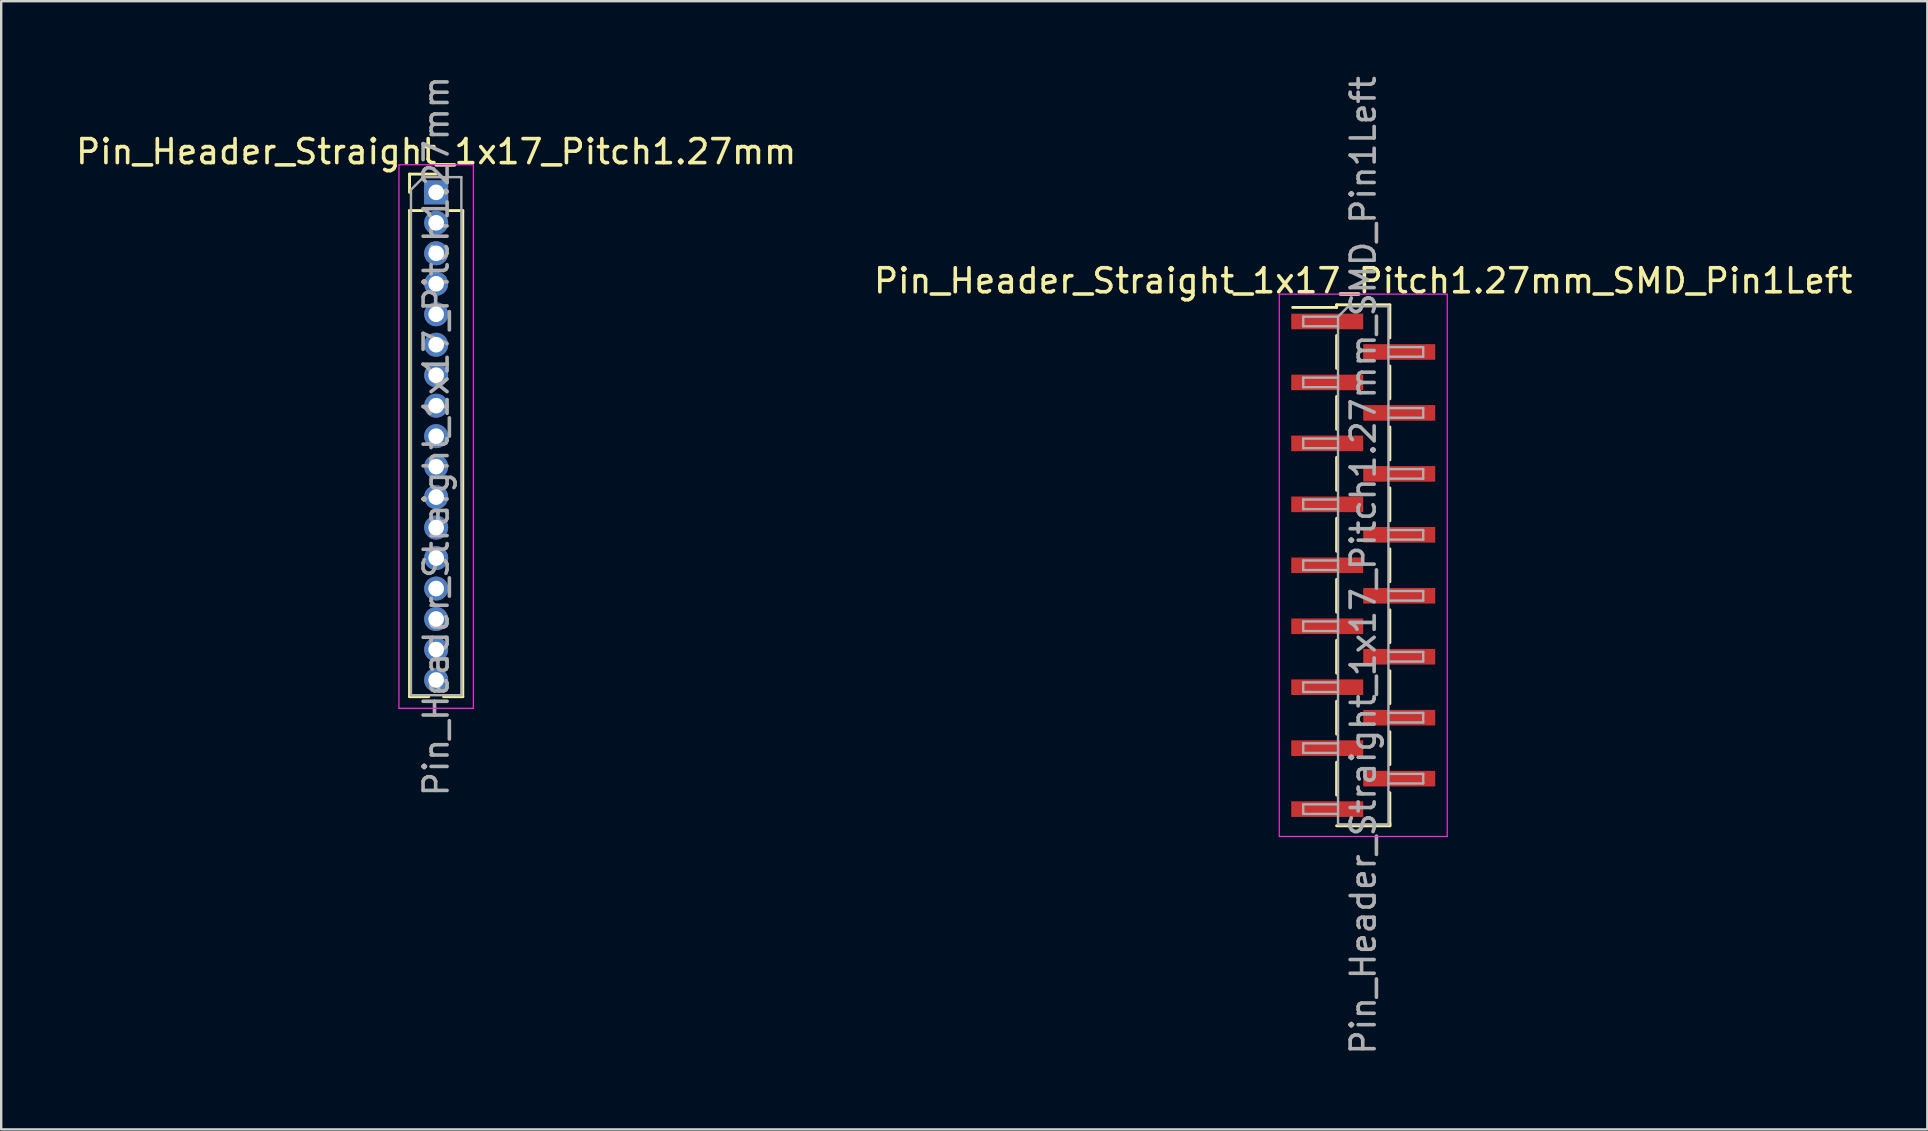
<source format=kicad_pcb>
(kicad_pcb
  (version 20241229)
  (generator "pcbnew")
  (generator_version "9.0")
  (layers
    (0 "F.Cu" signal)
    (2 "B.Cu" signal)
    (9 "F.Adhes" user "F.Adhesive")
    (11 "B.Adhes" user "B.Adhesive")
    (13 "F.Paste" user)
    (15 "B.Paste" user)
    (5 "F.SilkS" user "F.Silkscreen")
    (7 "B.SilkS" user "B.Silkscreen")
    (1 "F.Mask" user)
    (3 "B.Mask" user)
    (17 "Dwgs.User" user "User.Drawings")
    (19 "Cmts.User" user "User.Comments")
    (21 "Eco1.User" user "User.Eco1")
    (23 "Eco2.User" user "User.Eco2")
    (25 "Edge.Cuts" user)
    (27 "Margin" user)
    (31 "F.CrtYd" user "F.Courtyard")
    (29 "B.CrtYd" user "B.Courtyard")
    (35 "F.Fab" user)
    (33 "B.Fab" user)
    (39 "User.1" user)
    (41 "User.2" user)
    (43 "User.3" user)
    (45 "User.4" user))
  (footprint "Pin_Header_Straight_1x17_Pitch1.27mm"
    (layer "F.Cu")
    (at 15.125 4.965)
    (property "Reference" "Pin_Header_Straight_1x17_Pitch1.27mm" (at 0 -1.695 0) (layer "F.SilkS") (effects (font (size 1 1) (thickness 0.15))))
    (attr through_hole)
    (fp_line (start -1.11 -0.76) (end 0 -0.76) (stroke (width 0.12) (type solid)) (layer "F.SilkS"))
    (fp_line (start -1.11 0) (end -1.11 -0.76) (stroke (width 0.12) (type solid)) (layer "F.SilkS"))
    (fp_line (start -1.11 0.76) (end -1.11 21.015) (stroke (width 0.12) (type solid)) (layer "F.SilkS"))
    (fp_line (start -1.11 0.76) (end -0.563 0.76) (stroke (width 0.12) (type solid)) (layer "F.SilkS"))
    (fp_line (start -1.11 21.015) (end -0.308 21.015) (stroke (width 0.12) (type solid)) (layer "F.SilkS"))
    (fp_line (start 0.308 21.015) (end 1.11 21.015) (stroke (width 0.12) (type solid)) (layer "F.SilkS"))
    (fp_line (start 0.563 0.76) (end 1.11 0.76) (stroke (width 0.12) (type solid)) (layer "F.SilkS"))
    (fp_line (start 1.11 0.76) (end 1.11 21.015) (stroke (width 0.12) (type solid)) (layer "F.SilkS"))
    (fp_line (start -1.55 -1.15) (end -1.55 21.5) (stroke (width 0.05) (type solid)) (layer "F.CrtYd"))
    (fp_line (start -1.55 21.5) (end 1.55 21.5) (stroke (width 0.05) (type solid)) (layer "F.CrtYd"))
    (fp_line (start 1.55 -1.15) (end -1.55 -1.15) (stroke (width 0.05) (type solid)) (layer "F.CrtYd"))
    (fp_line (start 1.55 21.5) (end 1.55 -1.15) (stroke (width 0.05) (type solid)) (layer "F.CrtYd"))
    (fp_line (start -1.05 -0.11) (end -0.525 -0.635) (stroke (width 0.1) (type solid)) (layer "F.Fab"))
    (fp_line (start -1.05 20.955) (end -1.05 -0.11) (stroke (width 0.1) (type solid)) (layer "F.Fab"))
    (fp_line (start -0.525 -0.635) (end 1.05 -0.635) (stroke (width 0.1) (type solid)) (layer "F.Fab"))
    (fp_line (start 1.05 -0.635) (end 1.05 20.955) (stroke (width 0.1) (type solid)) (layer "F.Fab"))
    (fp_line (start 1.05 20.955) (end -1.05 20.955) (stroke (width 0.1) (type solid)) (layer "F.Fab"))
    (fp_text user "${REFERENCE}" (at 0 10.16 90) (layer "F.Fab") (effects (font (size 1 1) (thickness 0.15))))
    (pad "1" thru_hole rect (at 0 0) (size 1 1) (drill 0.65) (layers "*.Cu" "*.Mask"))
    (pad "2" thru_hole oval (at 0 1.27) (size 1 1) (drill 0.65) (layers "*.Cu" "*.Mask"))
    (pad "3" thru_hole oval (at 0 2.54) (size 1 1) (drill 0.65) (layers "*.Cu" "*.Mask"))
    (pad "4" thru_hole oval (at 0 3.81) (size 1 1) (drill 0.65) (layers "*.Cu" "*.Mask"))
    (pad "5" thru_hole oval (at 0 5.08) (size 1 1) (drill 0.65) (layers "*.Cu" "*.Mask"))
    (pad "6" thru_hole oval (at 0 6.35) (size 1 1) (drill 0.65) (layers "*.Cu" "*.Mask"))
    (pad "7" thru_hole oval (at 0 7.62) (size 1 1) (drill 0.65) (layers "*.Cu" "*.Mask"))
    (pad "8" thru_hole oval (at 0 8.89) (size 1 1) (drill 0.65) (layers "*.Cu" "*.Mask"))
    (pad "9" thru_hole oval (at 0 10.16) (size 1 1) (drill 0.65) (layers "*.Cu" "*.Mask"))
    (pad "10" thru_hole oval (at 0 11.43) (size 1 1) (drill 0.65) (layers "*.Cu" "*.Mask"))
    (pad "11" thru_hole oval (at 0 12.7) (size 1 1) (drill 0.65) (layers "*.Cu" "*.Mask"))
    (pad "12" thru_hole oval (at 0 13.97) (size 1 1) (drill 0.65) (layers "*.Cu" "*.Mask"))
    (pad "13" thru_hole oval (at 0 15.24) (size 1 1) (drill 0.65) (layers "*.Cu" "*.Mask"))
    (pad "14" thru_hole oval (at 0 16.51) (size 1 1) (drill 0.65) (layers "*.Cu" "*.Mask"))
    (pad "15" thru_hole oval (at 0 17.78) (size 1 1) (drill 0.65) (layers "*.Cu" "*.Mask"))
    (pad "16" thru_hole oval (at 0 19.05) (size 1 1) (drill 0.65) (layers "*.Cu" "*.Mask"))
    (pad "17" thru_hole oval (at 0 20.32) (size 1 1) (drill 0.65) (layers "*.Cu" "*.Mask")))
  (footprint "Pin_Header_Straight_1x17_Pitch1.27mm_SMD_Pin1Left"
    (layer "F.Cu")
    (at 53.756 20.506)
    (property "Reference" "Pin_Header_Straight_1x17_Pitch1.27mm_SMD_Pin1Left" (at 0 -11.855 0) (layer "F.SilkS") (effects (font (size 1 1) (thickness 0.15))))
    (attr smd)
    (fp_line (start -1.11 -10.855) (end -1.11 -10.745) (stroke (width 0.12) (type solid)) (layer "F.SilkS"))
    (fp_line (start -1.11 -10.855) (end 1.11 -10.855) (stroke (width 0.12) (type solid)) (layer "F.SilkS"))
    (fp_line (start -1.11 -10.745) (end -2.94 -10.745) (stroke (width 0.12) (type solid)) (layer "F.SilkS"))
    (fp_line (start -1.11 -9.575) (end -1.11 -8.205) (stroke (width 0.12) (type solid)) (layer "F.SilkS"))
    (fp_line (start -1.11 -7.035) (end -1.11 -5.665) (stroke (width 0.12) (type solid)) (layer "F.SilkS"))
    (fp_line (start -1.11 -4.495) (end -1.11 -3.125) (stroke (width 0.12) (type solid)) (layer "F.SilkS"))
    (fp_line (start -1.11 -1.955) (end -1.11 -0.585) (stroke (width 0.12) (type solid)) (layer "F.SilkS"))
    (fp_line (start -1.11 0.585) (end -1.11 1.955) (stroke (width 0.12) (type solid)) (layer "F.SilkS"))
    (fp_line (start -1.11 3.125) (end -1.11 4.495) (stroke (width 0.12) (type solid)) (layer "F.SilkS"))
    (fp_line (start -1.11 5.665) (end -1.11 7.035) (stroke (width 0.12) (type solid)) (layer "F.SilkS"))
    (fp_line (start -1.11 8.205) (end -1.11 9.575) (stroke (width 0.12) (type solid)) (layer "F.SilkS"))
    (fp_line (start -1.11 10.855) (end 1.11 10.855) (stroke (width 0.12) (type solid)) (layer "F.SilkS"))
    (fp_line (start 1.11 -10.845) (end 1.11 -9.475) (stroke (width 0.12) (type solid)) (layer "F.SilkS"))
    (fp_line (start 1.11 -8.305) (end 1.11 -6.935) (stroke (width 0.12) (type solid)) (layer "F.SilkS"))
    (fp_line (start 1.11 -5.765) (end 1.11 -4.395) (stroke (width 0.12) (type solid)) (layer "F.SilkS"))
    (fp_line (start 1.11 -3.225) (end 1.11 -1.855) (stroke (width 0.12) (type solid)) (layer "F.SilkS"))
    (fp_line (start 1.11 -0.685) (end 1.11 0.685) (stroke (width 0.12) (type solid)) (layer "F.SilkS"))
    (fp_line (start 1.11 1.855) (end 1.11 3.225) (stroke (width 0.12) (type solid)) (layer "F.SilkS"))
    (fp_line (start 1.11 4.395) (end 1.11 5.765) (stroke (width 0.12) (type solid)) (layer "F.SilkS"))
    (fp_line (start 1.11 6.935) (end 1.11 8.305) (stroke (width 0.12) (type solid)) (layer "F.SilkS"))
    (fp_line (start 1.11 9.475) (end 1.11 10.845) (stroke (width 0.12) (type solid)) (layer "F.SilkS"))
    (fp_line (start 1.11 10.745) (end 1.11 10.855) (stroke (width 0.12) (type solid)) (layer "F.SilkS"))
    (fp_line (start -3.5 -11.3) (end -3.5 11.3) (stroke (width 0.05) (type solid)) (layer "F.CrtYd"))
    (fp_line (start -3.5 11.3) (end 3.5 11.3) (stroke (width 0.05) (type solid)) (layer "F.CrtYd"))
    (fp_line (start 3.5 -11.3) (end -3.5 -11.3) (stroke (width 0.05) (type solid)) (layer "F.CrtYd"))
    (fp_line (start 3.5 11.3) (end 3.5 -11.3) (stroke (width 0.05) (type solid)) (layer "F.CrtYd"))
    (fp_line (start -2.5 -10.36) (end -2.5 -9.96) (stroke (width 0.1) (type solid)) (layer "F.Fab"))
    (fp_line (start -2.5 -9.96) (end -1.05 -9.96) (stroke (width 0.1) (type solid)) (layer "F.Fab"))
    (fp_line (start -2.5 -7.82) (end -2.5 -7.42) (stroke (width 0.1) (type solid)) (layer "F.Fab"))
    (fp_line (start -2.5 -7.42) (end -1.05 -7.42) (stroke (width 0.1) (type solid)) (layer "F.Fab"))
    (fp_line (start -2.5 -5.28) (end -2.5 -4.88) (stroke (width 0.1) (type solid)) (layer "F.Fab"))
    (fp_line (start -2.5 -4.88) (end -1.05 -4.88) (stroke (width 0.1) (type solid)) (layer "F.Fab"))
    (fp_line (start -2.5 -2.74) (end -2.5 -2.34) (stroke (width 0.1) (type solid)) (layer "F.Fab"))
    (fp_line (start -2.5 -2.34) (end -1.05 -2.34) (stroke (width 0.1) (type solid)) (layer "F.Fab"))
    (fp_line (start -2.5 -0.2) (end -2.5 0.2) (stroke (width 0.1) (type solid)) (layer "F.Fab"))
    (fp_line (start -2.5 0.2) (end -1.05 0.2) (stroke (width 0.1) (type solid)) (layer "F.Fab"))
    (fp_line (start -2.5 2.34) (end -2.5 2.74) (stroke (width 0.1) (type solid)) (layer "F.Fab"))
    (fp_line (start -2.5 2.74) (end -1.05 2.74) (stroke (width 0.1) (type solid)) (layer "F.Fab"))
    (fp_line (start -2.5 4.88) (end -2.5 5.28) (stroke (width 0.1) (type solid)) (layer "F.Fab"))
    (fp_line (start -2.5 5.28) (end -1.05 5.28) (stroke (width 0.1) (type solid)) (layer "F.Fab"))
    (fp_line (start -2.5 7.42) (end -2.5 7.82) (stroke (width 0.1) (type solid)) (layer "F.Fab"))
    (fp_line (start -2.5 7.82) (end -1.05 7.82) (stroke (width 0.1) (type solid)) (layer "F.Fab"))
    (fp_line (start -2.5 9.96) (end -2.5 10.36) (stroke (width 0.1) (type solid)) (layer "F.Fab"))
    (fp_line (start -2.5 10.36) (end -1.05 10.36) (stroke (width 0.1) (type solid)) (layer "F.Fab"))
    (fp_line (start -1.05 -10.36) (end -2.5 -10.36) (stroke (width 0.1) (type solid)) (layer "F.Fab"))
    (fp_line (start -1.05 -10.36) (end -0.615 -10.795) (stroke (width 0.1) (type solid)) (layer "F.Fab"))
    (fp_line (start -1.05 -7.82) (end -2.5 -7.82) (stroke (width 0.1) (type solid)) (layer "F.Fab"))
    (fp_line (start -1.05 -5.28) (end -2.5 -5.28) (stroke (width 0.1) (type solid)) (layer "F.Fab"))
    (fp_line (start -1.05 -2.74) (end -2.5 -2.74) (stroke (width 0.1) (type solid)) (layer "F.Fab"))
    (fp_line (start -1.05 -0.2) (end -2.5 -0.2) (stroke (width 0.1) (type solid)) (layer "F.Fab"))
    (fp_line (start -1.05 2.34) (end -2.5 2.34) (stroke (width 0.1) (type solid)) (layer "F.Fab"))
    (fp_line (start -1.05 4.88) (end -2.5 4.88) (stroke (width 0.1) (type solid)) (layer "F.Fab"))
    (fp_line (start -1.05 7.42) (end -2.5 7.42) (stroke (width 0.1) (type solid)) (layer "F.Fab"))
    (fp_line (start -1.05 9.96) (end -2.5 9.96) (stroke (width 0.1) (type solid)) (layer "F.Fab"))
    (fp_line (start -1.05 10.795) (end -1.05 -10.36) (stroke (width 0.1) (type solid)) (layer "F.Fab"))
    (fp_line (start -0.615 -10.795) (end 1.05 -10.795) (stroke (width 0.1) (type solid)) (layer "F.Fab"))
    (fp_line (start 1.05 -10.795) (end 1.05 10.795) (stroke (width 0.1) (type solid)) (layer "F.Fab"))
    (fp_line (start 1.05 -9.09) (end 2.5 -9.09) (stroke (width 0.1) (type solid)) (layer "F.Fab"))
    (fp_line (start 1.05 -6.55) (end 2.5 -6.55) (stroke (width 0.1) (type solid)) (layer "F.Fab"))
    (fp_line (start 1.05 -4.01) (end 2.5 -4.01) (stroke (width 0.1) (type solid)) (layer "F.Fab"))
    (fp_line (start 1.05 -1.47) (end 2.5 -1.47) (stroke (width 0.1) (type solid)) (layer "F.Fab"))
    (fp_line (start 1.05 1.07) (end 2.5 1.07) (stroke (width 0.1) (type solid)) (layer "F.Fab"))
    (fp_line (start 1.05 3.61) (end 2.5 3.61) (stroke (width 0.1) (type solid)) (layer "F.Fab"))
    (fp_line (start 1.05 6.15) (end 2.5 6.15) (stroke (width 0.1) (type solid)) (layer "F.Fab"))
    (fp_line (start 1.05 8.69) (end 2.5 8.69) (stroke (width 0.1) (type solid)) (layer "F.Fab"))
    (fp_line (start 1.05 10.795) (end -1.05 10.795) (stroke (width 0.1) (type solid)) (layer "F.Fab"))
    (fp_line (start 2.5 -9.09) (end 2.5 -8.69) (stroke (width 0.1) (type solid)) (layer "F.Fab"))
    (fp_line (start 2.5 -8.69) (end 1.05 -8.69) (stroke (width 0.1) (type solid)) (layer "F.Fab"))
    (fp_line (start 2.5 -6.55) (end 2.5 -6.15) (stroke (width 0.1) (type solid)) (layer "F.Fab"))
    (fp_line (start 2.5 -6.15) (end 1.05 -6.15) (stroke (width 0.1) (type solid)) (layer "F.Fab"))
    (fp_line (start 2.5 -4.01) (end 2.5 -3.61) (stroke (width 0.1) (type solid)) (layer "F.Fab"))
    (fp_line (start 2.5 -3.61) (end 1.05 -3.61) (stroke (width 0.1) (type solid)) (layer "F.Fab"))
    (fp_line (start 2.5 -1.47) (end 2.5 -1.07) (stroke (width 0.1) (type solid)) (layer "F.Fab"))
    (fp_line (start 2.5 -1.07) (end 1.05 -1.07) (stroke (width 0.1) (type solid)) (layer "F.Fab"))
    (fp_line (start 2.5 1.07) (end 2.5 1.47) (stroke (width 0.1) (type solid)) (layer "F.Fab"))
    (fp_line (start 2.5 1.47) (end 1.05 1.47) (stroke (width 0.1) (type solid)) (layer "F.Fab"))
    (fp_line (start 2.5 3.61) (end 2.5 4.01) (stroke (width 0.1) (type solid)) (layer "F.Fab"))
    (fp_line (start 2.5 4.01) (end 1.05 4.01) (stroke (width 0.1) (type solid)) (layer "F.Fab"))
    (fp_line (start 2.5 6.15) (end 2.5 6.55) (stroke (width 0.1) (type solid)) (layer "F.Fab"))
    (fp_line (start 2.5 6.55) (end 1.05 6.55) (stroke (width 0.1) (type solid)) (layer "F.Fab"))
    (fp_line (start 2.5 8.69) (end 2.5 9.09) (stroke (width 0.1) (type solid)) (layer "F.Fab"))
    (fp_line (start 2.5 9.09) (end 1.05 9.09) (stroke (width 0.1) (type solid)) (layer "F.Fab"))
    (fp_text user "${REFERENCE}" (at 0 0 90) (layer "F.Fab") (effects (font (size 1 1) (thickness 0.15))))
    (pad "1" smd rect (at -1.5 -10.16) (size 3 0.65) (layers "F.Cu" "F.Mask" "F.Paste"))
    (pad "2" smd rect (at 1.5 -8.89) (size 3 0.65) (layers "F.Cu" "F.Mask" "F.Paste"))
    (pad "3" smd rect (at -1.5 -7.62) (size 3 0.65) (layers "F.Cu" "F.Mask" "F.Paste"))
    (pad "4" smd rect (at 1.5 -6.35) (size 3 0.65) (layers "F.Cu" "F.Mask" "F.Paste"))
    (pad "5" smd rect (at -1.5 -5.08) (size 3 0.65) (layers "F.Cu" "F.Mask" "F.Paste"))
    (pad "6" smd rect (at 1.5 -3.81) (size 3 0.65) (layers "F.Cu" "F.Mask" "F.Paste"))
    (pad "7" smd rect (at -1.5 -2.54) (size 3 0.65) (layers "F.Cu" "F.Mask" "F.Paste"))
    (pad "8" smd rect (at 1.5 -1.27) (size 3 0.65) (layers "F.Cu" "F.Mask" "F.Paste"))
    (pad "9" smd rect (at -1.5 0) (size 3 0.65) (layers "F.Cu" "F.Mask" "F.Paste"))
    (pad "10" smd rect (at 1.5 1.27) (size 3 0.65) (layers "F.Cu" "F.Mask" "F.Paste"))
    (pad "11" smd rect (at -1.5 2.54) (size 3 0.65) (layers "F.Cu" "F.Mask" "F.Paste"))
    (pad "12" smd rect (at 1.5 3.81) (size 3 0.65) (layers "F.Cu" "F.Mask" "F.Paste"))
    (pad "13" smd rect (at -1.5 5.08) (size 3 0.65) (layers "F.Cu" "F.Mask" "F.Paste"))
    (pad "14" smd rect (at 1.5 6.35) (size 3 0.65) (layers "F.Cu" "F.Mask" "F.Paste"))
    (pad "15" smd rect (at -1.5 7.62) (size 3 0.65) (layers "F.Cu" "F.Mask" "F.Paste"))
    (pad "16" smd rect (at 1.5 8.89) (size 3 0.65) (layers "F.Cu" "F.Mask" "F.Paste"))
    (pad "17" smd rect (at -1.5 10.16) (size 3 0.65) (layers "F.Cu" "F.Mask" "F.Paste")))
  (gr_rect
    (start -3 -3)
    (end 77.262 44.012)
    (stroke (width 0.1) (type default))
    (fill no)
    (layer "Edge.Cuts")))
</source>
